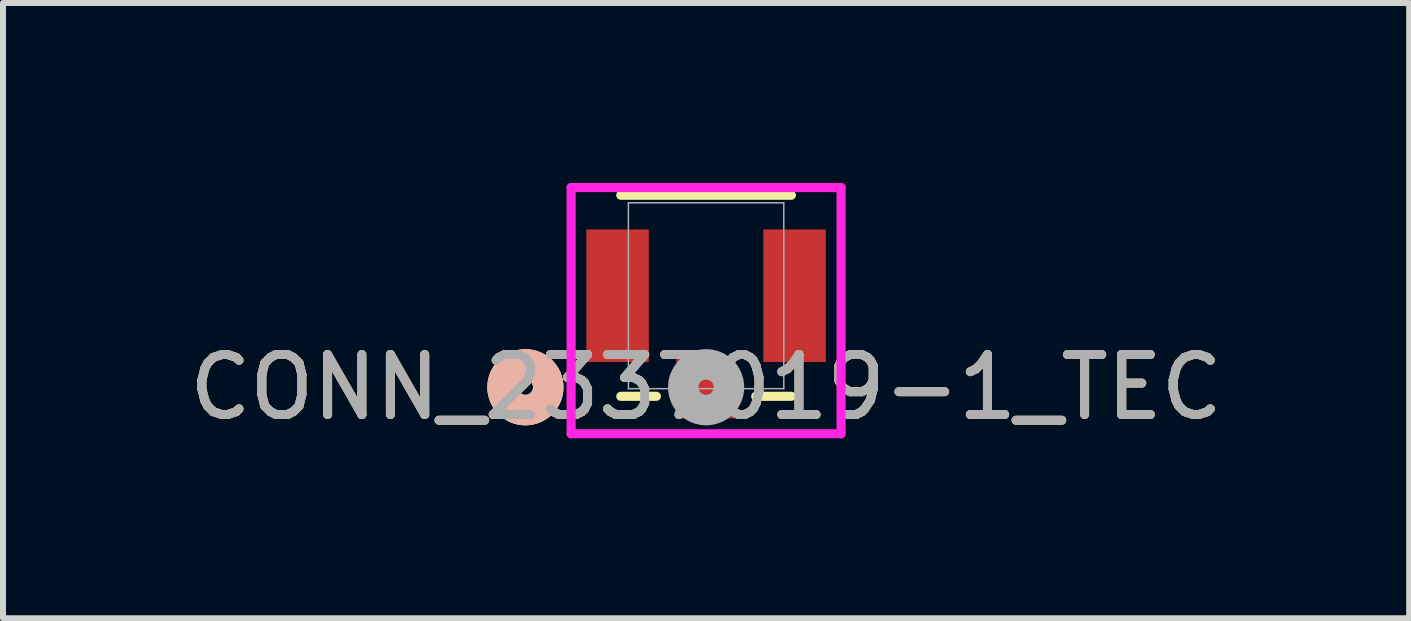
<source format=kicad_pcb>
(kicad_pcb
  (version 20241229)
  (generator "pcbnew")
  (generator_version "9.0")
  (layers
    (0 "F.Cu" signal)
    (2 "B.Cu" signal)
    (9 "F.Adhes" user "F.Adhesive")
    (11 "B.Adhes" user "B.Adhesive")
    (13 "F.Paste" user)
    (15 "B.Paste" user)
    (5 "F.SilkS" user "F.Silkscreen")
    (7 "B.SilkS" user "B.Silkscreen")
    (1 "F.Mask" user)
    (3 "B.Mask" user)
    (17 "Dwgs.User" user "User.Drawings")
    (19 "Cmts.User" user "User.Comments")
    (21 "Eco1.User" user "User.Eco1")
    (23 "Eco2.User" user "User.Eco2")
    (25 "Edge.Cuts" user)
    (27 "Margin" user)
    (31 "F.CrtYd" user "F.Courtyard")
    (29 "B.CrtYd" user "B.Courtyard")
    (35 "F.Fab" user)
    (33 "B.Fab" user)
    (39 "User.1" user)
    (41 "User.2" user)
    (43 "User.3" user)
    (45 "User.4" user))
  (footprint "CONN_2337019-1_TEC"
    (layer "F.Cu")
    (at 8.72 1.88)
    (property "Reference" "CONN_2337019-1_TEC" (at 0 1.525 0) (unlocked yes) (layer "F.SilkS") (effects (font (size 1 1) (thickness 0.15))))
    (attr smd)
    (fp_line (start -1.422 1.676) (end -0.828 1.676) (stroke (width 0.152) (type solid)) (layer "F.SilkS"))
    (fp_line (start 0.828 1.676) (end 1.422 1.676) (stroke (width 0.152) (type solid)) (layer "F.SilkS"))
    (fp_line (start 1.422 -1.676) (end -1.422 -1.676) (stroke (width 0.152) (type solid)) (layer "F.SilkS"))
    (fp_circle (center -3.012 1.525) (end -2.631 1.525) (stroke (width 0.508) (type solid)) (fill no) (layer "F.SilkS"))
    (fp_circle (center -3.012 1.525) (end -2.631 1.525) (stroke (width 0.508) (type solid)) (fill no) (layer "B.SilkS"))
    (fp_line (start -2.25 -1.803) (end -2.25 2.3) (stroke (width 0.152) (type solid)) (layer "F.CrtYd"))
    (fp_line (start -2.25 2.3) (end 2.25 2.3) (stroke (width 0.152) (type solid)) (layer "F.CrtYd"))
    (fp_line (start 2.25 -1.803) (end -2.25 -1.803) (stroke (width 0.152) (type solid)) (layer "F.CrtYd"))
    (fp_line (start 2.25 2.3) (end 2.25 -1.803) (stroke (width 0.152) (type solid)) (layer "F.CrtYd"))
    (fp_line (start -1.295 -1.549) (end -1.295 1.549) (stroke (width 0.025) (type solid)) (layer "F.Fab"))
    (fp_line (start -1.295 1.549) (end 1.295 1.549) (stroke (width 0.025) (type solid)) (layer "F.Fab"))
    (fp_line (start 1.295 -1.549) (end -1.295 -1.549) (stroke (width 0.025) (type solid)) (layer "F.Fab"))
    (fp_line (start 1.295 1.549) (end 1.295 -1.549) (stroke (width 0.025) (type solid)) (layer "F.Fab"))
    (fp_circle (center 0 1.525) (end 0.381 1.525) (stroke (width 0.508) (type solid)) (fill no) (layer "F.Fab"))
    (fp_text user "${REFERENCE}" (at 0 1.525 0) (unlocked yes) (layer "F.Fab") (effects (font (size 1 1) (thickness 0.15))))
    (pad "1" smd rect (at 0 1.525) (size 0.991 1.041) (layers "F.Cu" "F.Mask" "F.Paste"))
    (pad "2" smd rect (at -1.475 0) (size 1.041 2.21) (layers "F.Cu" "F.Mask" "F.Paste"))
    (pad "3" smd rect (at 1.475 0) (size 1.041 2.21) (layers "F.Cu" "F.Mask" "F.Paste")))
  (gr_rect
    (start -3 -3)
    (end 20.44 7.256)
    (stroke (width 0.1) (type default))
    (fill no)
    (layer "Edge.Cuts")))
</source>
